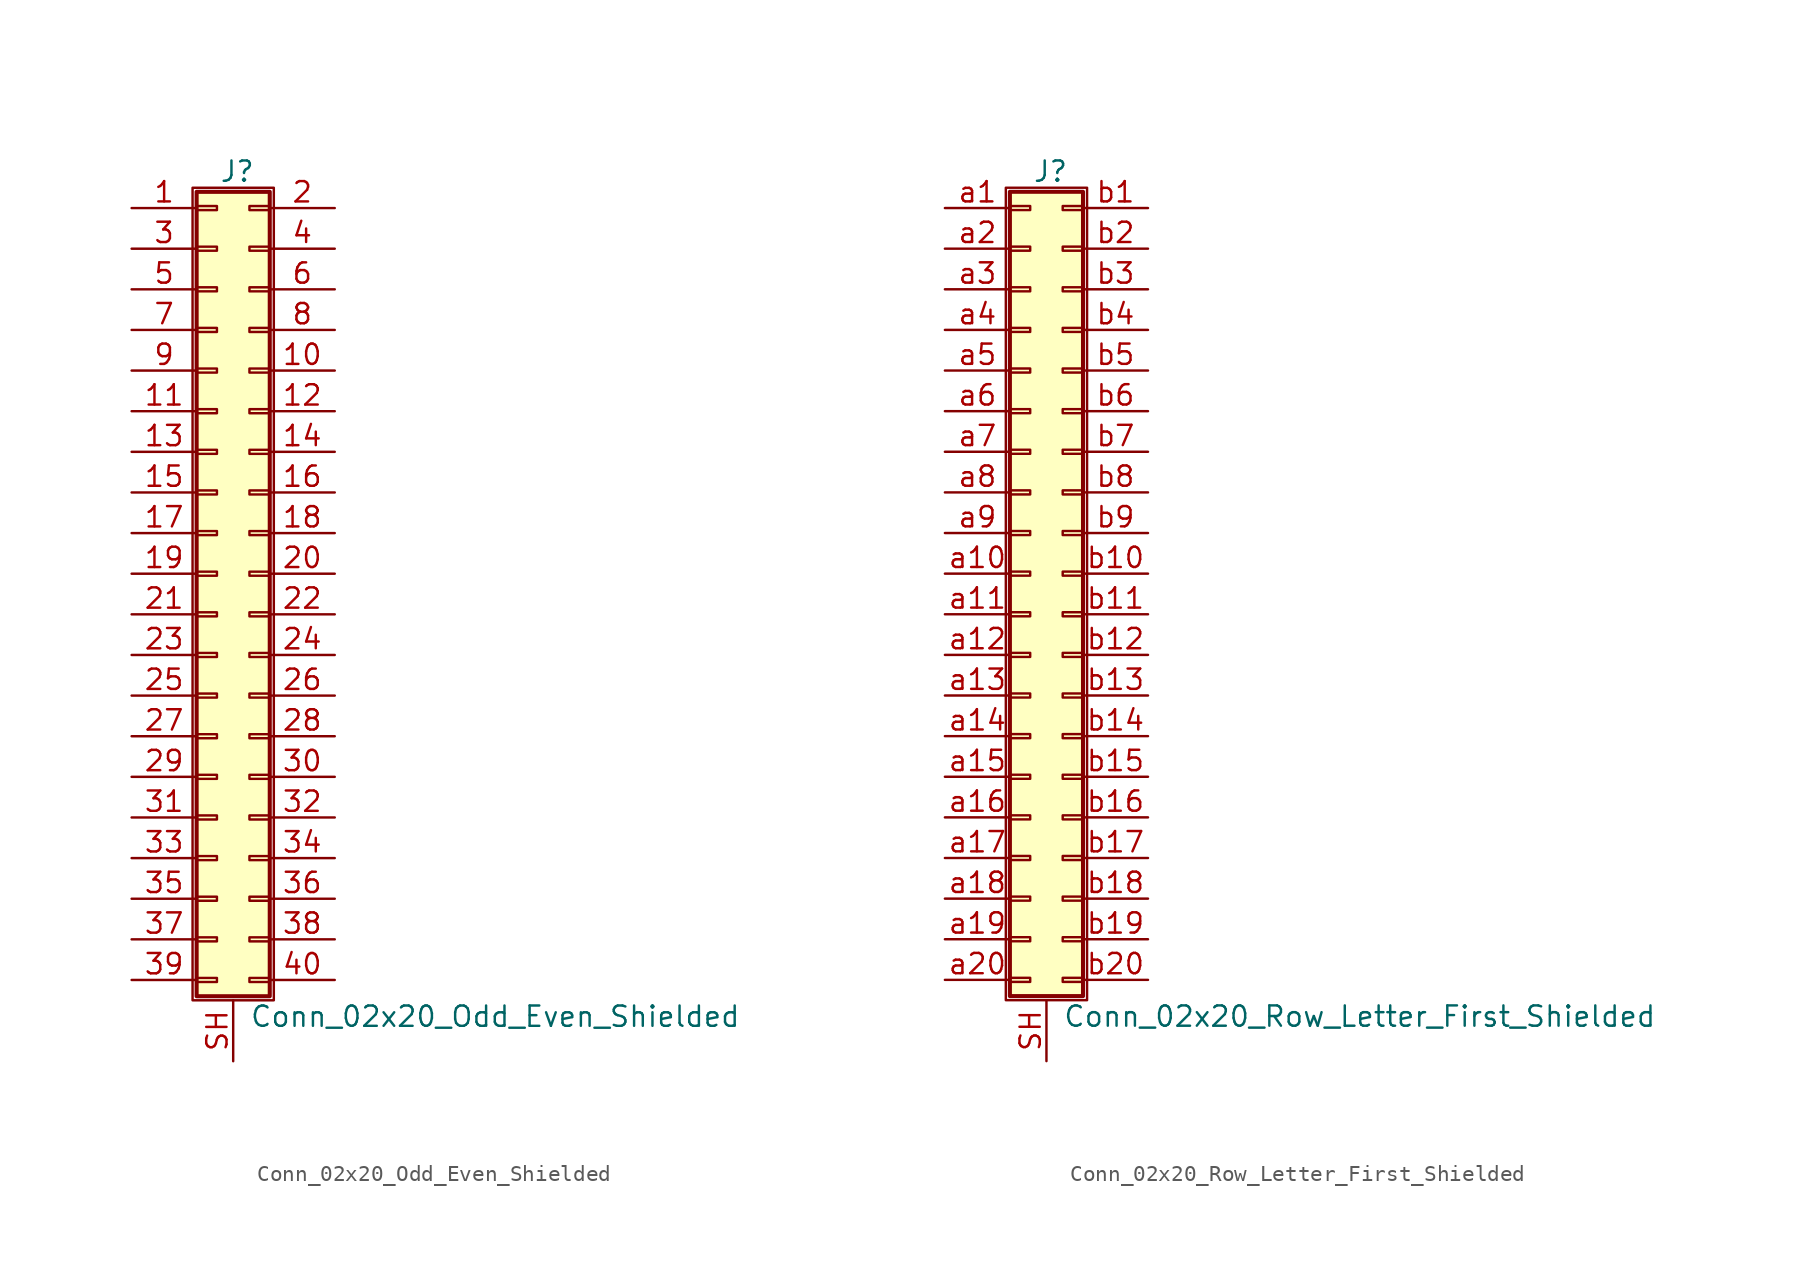
<source format=kicad_sym>
(kicad_symbol_lib
  (version 20201005)
  (generator kicad_symbol_editor)
  (symbol "Conn_02x20_Odd_Even_Shielded"
    (pin_names
      (offset 1.016) hide)
    (property "Reference" "J"
      (at 1.524 25.146 0)
      (effects (font (size 1.27 1.27))))
    (property "Value" "Conn_02x20_Odd_Even_Shielded"
      (at 2.286 -27.686 0)
      (effects (font (size 1.27 1.27)) (justify left)))
    (symbol "Conn_02x20_Odd_Even_Shielded_1_1"
      (rectangle (start -1.27 24.13) (end 3.81 -26.67) (stroke (width 0.152)) (fill (type none)))
      (rectangle (start -1.016 -25.273) (end 0.254 -25.527) (stroke (width 0.152)) (fill (type none)))
      (rectangle (start -1.016 -22.733) (end 0.254 -22.987) (stroke (width 0.152)) (fill (type none)))
      (rectangle (start -1.016 -20.193) (end 0.254 -20.447) (stroke (width 0.152)) (fill (type none)))
      (rectangle (start -1.016 -17.653) (end 0.254 -17.907) (stroke (width 0.152)) (fill (type none)))
      (rectangle (start -1.016 -15.113) (end 0.254 -15.367) (stroke (width 0.152)) (fill (type none)))
      (rectangle (start -1.016 -12.573) (end 0.254 -12.827) (stroke (width 0.152)) (fill (type none)))
      (rectangle (start -1.016 -10.033) (end 0.254 -10.287) (stroke (width 0.152)) (fill (type none)))
      (rectangle (start -1.016 -7.493) (end 0.254 -7.747) (stroke (width 0.152)) (fill (type none)))
      (rectangle (start -1.016 -4.953) (end 0.254 -5.207) (stroke (width 0.152)) (fill (type none)))
      (rectangle (start -1.016 -2.413) (end 0.254 -2.667) (stroke (width 0.152)) (fill (type none)))
      (rectangle (start -1.016 0.127) (end 0.254 -0.127) (stroke (width 0.152)) (fill (type none)))
      (rectangle (start -1.016 2.667) (end 0.254 2.413) (stroke (width 0.152)) (fill (type none)))
      (rectangle (start -1.016 5.207) (end 0.254 4.953) (stroke (width 0.152)) (fill (type none)))
      (rectangle (start -1.016 7.747) (end 0.254 7.493) (stroke (width 0.152)) (fill (type none)))
      (rectangle (start -1.016 10.287) (end 0.254 10.033) (stroke (width 0.152)) (fill (type none)))
      (rectangle (start -1.016 12.827) (end 0.254 12.573) (stroke (width 0.152)) (fill (type none)))
      (rectangle (start -1.016 15.367) (end 0.254 15.113) (stroke (width 0.152)) (fill (type none)))
      (rectangle (start -1.016 17.907) (end 0.254 17.653) (stroke (width 0.152)) (fill (type none)))
      (rectangle (start -1.016 20.447) (end 0.254 20.193) (stroke (width 0.152)) (fill (type none)))
      (rectangle (start -1.016 22.987) (end 0.254 22.733) (stroke (width 0.152)) (fill (type none)))
      (rectangle (start -1.016 23.876) (end 3.556 -26.416) (stroke (width 0.254)) (fill (type background)))
      (rectangle (start 3.556 -25.273) (end 2.286 -25.527) (stroke (width 0.152)) (fill (type none)))
      (rectangle (start 3.556 -22.733) (end 2.286 -22.987) (stroke (width 0.152)) (fill (type none)))
      (rectangle (start 3.556 -20.193) (end 2.286 -20.447) (stroke (width 0.152)) (fill (type none)))
      (rectangle (start 3.556 -17.653) (end 2.286 -17.907) (stroke (width 0.152)) (fill (type none)))
      (rectangle (start 3.556 -15.113) (end 2.286 -15.367) (stroke (width 0.152)) (fill (type none)))
      (rectangle (start 3.556 -12.573) (end 2.286 -12.827) (stroke (width 0.152)) (fill (type none)))
      (rectangle (start 3.556 -10.033) (end 2.286 -10.287) (stroke (width 0.152)) (fill (type none)))
      (rectangle (start 3.556 -7.493) (end 2.286 -7.747) (stroke (width 0.152)) (fill (type none)))
      (rectangle (start 3.556 -4.953) (end 2.286 -5.207) (stroke (width 0.152)) (fill (type none)))
      (rectangle (start 3.556 -2.413) (end 2.286 -2.667) (stroke (width 0.152)) (fill (type none)))
      (rectangle (start 3.556 0.127) (end 2.286 -0.127) (stroke (width 0.152)) (fill (type none)))
      (rectangle (start 3.556 2.667) (end 2.286 2.413) (stroke (width 0.152)) (fill (type none)))
      (rectangle (start 3.556 5.207) (end 2.286 4.953) (stroke (width 0.152)) (fill (type none)))
      (rectangle (start 3.556 7.747) (end 2.286 7.493) (stroke (width 0.152)) (fill (type none)))
      (rectangle (start 3.556 10.287) (end 2.286 10.033) (stroke (width 0.152)) (fill (type none)))
      (rectangle (start 3.556 12.827) (end 2.286 12.573) (stroke (width 0.152)) (fill (type none)))
      (rectangle (start 3.556 15.367) (end 2.286 15.113) (stroke (width 0.152)) (fill (type none)))
      (rectangle (start 3.556 17.907) (end 2.286 17.653) (stroke (width 0.152)) (fill (type none)))
      (rectangle (start 3.556 20.447) (end 2.286 20.193) (stroke (width 0.152)) (fill (type none)))
      (rectangle (start 3.556 22.987) (end 2.286 22.733) (stroke (width 0.152)) (fill (type none)))
      (pin passive line (at -5.08 22.86 0) (length 4.064) (name "Pin_1" (effects (font (size 1.27 1.27)))) (number "1" (effects (font (size 1.27 1.27)))))
      (pin passive line (at 7.62 12.7 180) (length 4.064) (name "Pin_10" (effects (font (size 1.27 1.27)))) (number "10" (effects (font (size 1.27 1.27)))))
      (pin passive line (at -5.08 10.16 0) (length 4.064) (name "Pin_11" (effects (font (size 1.27 1.27)))) (number "11" (effects (font (size 1.27 1.27)))))
      (pin passive line (at 7.62 10.16 180) (length 4.064) (name "Pin_12" (effects (font (size 1.27 1.27)))) (number "12" (effects (font (size 1.27 1.27)))))
      (pin passive line (at -5.08 7.62 0) (length 4.064) (name "Pin_13" (effects (font (size 1.27 1.27)))) (number "13" (effects (font (size 1.27 1.27)))))
      (pin passive line (at 7.62 7.62 180) (length 4.064) (name "Pin_14" (effects (font (size 1.27 1.27)))) (number "14" (effects (font (size 1.27 1.27)))))
      (pin passive line (at -5.08 5.08 0) (length 4.064) (name "Pin_15" (effects (font (size 1.27 1.27)))) (number "15" (effects (font (size 1.27 1.27)))))
      (pin passive line (at 7.62 5.08 180) (length 4.064) (name "Pin_16" (effects (font (size 1.27 1.27)))) (number "16" (effects (font (size 1.27 1.27)))))
      (pin passive line (at -5.08 2.54 0) (length 4.064) (name "Pin_17" (effects (font (size 1.27 1.27)))) (number "17" (effects (font (size 1.27 1.27)))))
      (pin passive line (at 7.62 2.54 180) (length 4.064) (name "Pin_18" (effects (font (size 1.27 1.27)))) (number "18" (effects (font (size 1.27 1.27)))))
      (pin passive line (at -5.08 0 0) (length 4.064) (name "Pin_19" (effects (font (size 1.27 1.27)))) (number "19" (effects (font (size 1.27 1.27)))))
      (pin passive line (at 7.62 22.86 180) (length 4.064) (name "Pin_2" (effects (font (size 1.27 1.27)))) (number "2" (effects (font (size 1.27 1.27)))))
      (pin passive line (at 7.62 0 180) (length 4.064) (name "Pin_20" (effects (font (size 1.27 1.27)))) (number "20" (effects (font (size 1.27 1.27)))))
      (pin passive line (at -5.08 -2.54 0) (length 4.064) (name "Pin_21" (effects (font (size 1.27 1.27)))) (number "21" (effects (font (size 1.27 1.27)))))
      (pin passive line (at 7.62 -2.54 180) (length 4.064) (name "Pin_22" (effects (font (size 1.27 1.27)))) (number "22" (effects (font (size 1.27 1.27)))))
      (pin passive line (at -5.08 -5.08 0) (length 4.064) (name "Pin_23" (effects (font (size 1.27 1.27)))) (number "23" (effects (font (size 1.27 1.27)))))
      (pin passive line (at 7.62 -5.08 180) (length 4.064) (name "Pin_24" (effects (font (size 1.27 1.27)))) (number "24" (effects (font (size 1.27 1.27)))))
      (pin passive line (at -5.08 -7.62 0) (length 4.064) (name "Pin_25" (effects (font (size 1.27 1.27)))) (number "25" (effects (font (size 1.27 1.27)))))
      (pin passive line (at 7.62 -7.62 180) (length 4.064) (name "Pin_26" (effects (font (size 1.27 1.27)))) (number "26" (effects (font (size 1.27 1.27)))))
      (pin passive line (at -5.08 -10.16 0) (length 4.064) (name "Pin_27" (effects (font (size 1.27 1.27)))) (number "27" (effects (font (size 1.27 1.27)))))
      (pin passive line (at 7.62 -10.16 180) (length 4.064) (name "Pin_28" (effects (font (size 1.27 1.27)))) (number "28" (effects (font (size 1.27 1.27)))))
      (pin passive line (at -5.08 -12.7 0) (length 4.064) (name "Pin_29" (effects (font (size 1.27 1.27)))) (number "29" (effects (font (size 1.27 1.27)))))
      (pin passive line (at -5.08 20.32 0) (length 4.064) (name "Pin_3" (effects (font (size 1.27 1.27)))) (number "3" (effects (font (size 1.27 1.27)))))
      (pin passive line (at 7.62 -12.7 180) (length 4.064) (name "Pin_30" (effects (font (size 1.27 1.27)))) (number "30" (effects (font (size 1.27 1.27)))))
      (pin passive line (at -5.08 -15.24 0) (length 4.064) (name "Pin_31" (effects (font (size 1.27 1.27)))) (number "31" (effects (font (size 1.27 1.27)))))
      (pin passive line (at 7.62 -15.24 180) (length 4.064) (name "Pin_32" (effects (font (size 1.27 1.27)))) (number "32" (effects (font (size 1.27 1.27)))))
      (pin passive line (at -5.08 -17.78 0) (length 4.064) (name "Pin_33" (effects (font (size 1.27 1.27)))) (number "33" (effects (font (size 1.27 1.27)))))
      (pin passive line (at 7.62 -17.78 180) (length 4.064) (name "Pin_34" (effects (font (size 1.27 1.27)))) (number "34" (effects (font (size 1.27 1.27)))))
      (pin passive line (at -5.08 -20.32 0) (length 4.064) (name "Pin_35" (effects (font (size 1.27 1.27)))) (number "35" (effects (font (size 1.27 1.27)))))
      (pin passive line (at 7.62 -20.32 180) (length 4.064) (name "Pin_36" (effects (font (size 1.27 1.27)))) (number "36" (effects (font (size 1.27 1.27)))))
      (pin passive line (at -5.08 -22.86 0) (length 4.064) (name "Pin_37" (effects (font (size 1.27 1.27)))) (number "37" (effects (font (size 1.27 1.27)))))
      (pin passive line (at 7.62 -22.86 180) (length 4.064) (name "Pin_38" (effects (font (size 1.27 1.27)))) (number "38" (effects (font (size 1.27 1.27)))))
      (pin passive line (at -5.08 -25.4 0) (length 4.064) (name "Pin_39" (effects (font (size 1.27 1.27)))) (number "39" (effects (font (size 1.27 1.27)))))
      (pin passive line (at 7.62 20.32 180) (length 4.064) (name "Pin_4" (effects (font (size 1.27 1.27)))) (number "4" (effects (font (size 1.27 1.27)))))
      (pin passive line (at 7.62 -25.4 180) (length 4.064) (name "Pin_40" (effects (font (size 1.27 1.27)))) (number "40" (effects (font (size 1.27 1.27)))))
      (pin passive line (at -5.08 17.78 0) (length 4.064) (name "Pin_5" (effects (font (size 1.27 1.27)))) (number "5" (effects (font (size 1.27 1.27)))))
      (pin passive line (at 7.62 17.78 180) (length 4.064) (name "Pin_6" (effects (font (size 1.27 1.27)))) (number "6" (effects (font (size 1.27 1.27)))))
      (pin passive line (at -5.08 15.24 0) (length 4.064) (name "Pin_7" (effects (font (size 1.27 1.27)))) (number "7" (effects (font (size 1.27 1.27)))))
      (pin passive line (at 7.62 15.24 180) (length 4.064) (name "Pin_8" (effects (font (size 1.27 1.27)))) (number "8" (effects (font (size 1.27 1.27)))))
      (pin passive line (at -5.08 12.7 0) (length 4.064) (name "Pin_9" (effects (font (size 1.27 1.27)))) (number "9" (effects (font (size 1.27 1.27)))))
      (pin passive line (at 1.27 -30.48 90) (length 3.81) (name "Shield" (effects (font (size 1.27 1.27)))) (number "SH" (effects (font (size 1.27 1.27)))))))
  (symbol "Conn_02x20_Row_Letter_First_Shielded"
    (pin_names
      (offset 1.016) hide)
    (property "Reference" "J"
      (at 1.524 25.146 0)
      (effects (font (size 1.27 1.27))))
    (property "Value" "Conn_02x20_Row_Letter_First_Shielded"
      (at 2.286 -27.686 0)
      (effects (font (size 1.27 1.27)) (justify left)))
    (symbol "Conn_02x20_Row_Letter_First_Shielded_1_1"
      (rectangle (start -1.27 24.13) (end 3.81 -26.67) (stroke (width 0.152)) (fill (type none)))
      (rectangle (start -1.016 -25.273) (end 0.254 -25.527) (stroke (width 0.152)) (fill (type none)))
      (rectangle (start -1.016 -22.733) (end 0.254 -22.987) (stroke (width 0.152)) (fill (type none)))
      (rectangle (start -1.016 -20.193) (end 0.254 -20.447) (stroke (width 0.152)) (fill (type none)))
      (rectangle (start -1.016 -17.653) (end 0.254 -17.907) (stroke (width 0.152)) (fill (type none)))
      (rectangle (start -1.016 -15.113) (end 0.254 -15.367) (stroke (width 0.152)) (fill (type none)))
      (rectangle (start -1.016 -12.573) (end 0.254 -12.827) (stroke (width 0.152)) (fill (type none)))
      (rectangle (start -1.016 -10.033) (end 0.254 -10.287) (stroke (width 0.152)) (fill (type none)))
      (rectangle (start -1.016 -7.493) (end 0.254 -7.747) (stroke (width 0.152)) (fill (type none)))
      (rectangle (start -1.016 -4.953) (end 0.254 -5.207) (stroke (width 0.152)) (fill (type none)))
      (rectangle (start -1.016 -2.413) (end 0.254 -2.667) (stroke (width 0.152)) (fill (type none)))
      (rectangle (start -1.016 0.127) (end 0.254 -0.127) (stroke (width 0.152)) (fill (type none)))
      (rectangle (start -1.016 2.667) (end 0.254 2.413) (stroke (width 0.152)) (fill (type none)))
      (rectangle (start -1.016 5.207) (end 0.254 4.953) (stroke (width 0.152)) (fill (type none)))
      (rectangle (start -1.016 7.747) (end 0.254 7.493) (stroke (width 0.152)) (fill (type none)))
      (rectangle (start -1.016 10.287) (end 0.254 10.033) (stroke (width 0.152)) (fill (type none)))
      (rectangle (start -1.016 12.827) (end 0.254 12.573) (stroke (width 0.152)) (fill (type none)))
      (rectangle (start -1.016 15.367) (end 0.254 15.113) (stroke (width 0.152)) (fill (type none)))
      (rectangle (start -1.016 17.907) (end 0.254 17.653) (stroke (width 0.152)) (fill (type none)))
      (rectangle (start -1.016 20.447) (end 0.254 20.193) (stroke (width 0.152)) (fill (type none)))
      (rectangle (start -1.016 22.987) (end 0.254 22.733) (stroke (width 0.152)) (fill (type none)))
      (rectangle (start -1.016 23.876) (end 3.556 -26.416) (stroke (width 0.254)) (fill (type background)))
      (rectangle (start 3.556 -25.273) (end 2.286 -25.527) (stroke (width 0.152)) (fill (type none)))
      (rectangle (start 3.556 -22.733) (end 2.286 -22.987) (stroke (width 0.152)) (fill (type none)))
      (rectangle (start 3.556 -20.193) (end 2.286 -20.447) (stroke (width 0.152)) (fill (type none)))
      (rectangle (start 3.556 -17.653) (end 2.286 -17.907) (stroke (width 0.152)) (fill (type none)))
      (rectangle (start 3.556 -15.113) (end 2.286 -15.367) (stroke (width 0.152)) (fill (type none)))
      (rectangle (start 3.556 -12.573) (end 2.286 -12.827) (stroke (width 0.152)) (fill (type none)))
      (rectangle (start 3.556 -10.033) (end 2.286 -10.287) (stroke (width 0.152)) (fill (type none)))
      (rectangle (start 3.556 -7.493) (end 2.286 -7.747) (stroke (width 0.152)) (fill (type none)))
      (rectangle (start 3.556 -4.953) (end 2.286 -5.207) (stroke (width 0.152)) (fill (type none)))
      (rectangle (start 3.556 -2.413) (end 2.286 -2.667) (stroke (width 0.152)) (fill (type none)))
      (rectangle (start 3.556 0.127) (end 2.286 -0.127) (stroke (width 0.152)) (fill (type none)))
      (rectangle (start 3.556 2.667) (end 2.286 2.413) (stroke (width 0.152)) (fill (type none)))
      (rectangle (start 3.556 5.207) (end 2.286 4.953) (stroke (width 0.152)) (fill (type none)))
      (rectangle (start 3.556 7.747) (end 2.286 7.493) (stroke (width 0.152)) (fill (type none)))
      (rectangle (start 3.556 10.287) (end 2.286 10.033) (stroke (width 0.152)) (fill (type none)))
      (rectangle (start 3.556 12.827) (end 2.286 12.573) (stroke (width 0.152)) (fill (type none)))
      (rectangle (start 3.556 15.367) (end 2.286 15.113) (stroke (width 0.152)) (fill (type none)))
      (rectangle (start 3.556 17.907) (end 2.286 17.653) (stroke (width 0.152)) (fill (type none)))
      (rectangle (start 3.556 20.447) (end 2.286 20.193) (stroke (width 0.152)) (fill (type none)))
      (rectangle (start 3.556 22.987) (end 2.286 22.733) (stroke (width 0.152)) (fill (type none)))
      (pin passive line (at 1.27 -30.48 90) (length 3.81) (name "Shield" (effects (font (size 1.27 1.27)))) (number "SH" (effects (font (size 1.27 1.27)))))
      (pin passive line (at -5.08 22.86 0) (length 4.064) (name "Pin_a1" (effects (font (size 1.27 1.27)))) (number "a1" (effects (font (size 1.27 1.27)))))
      (pin passive line (at -5.08 0 0) (length 4.064) (name "Pin_a10" (effects (font (size 1.27 1.27)))) (number "a10" (effects (font (size 1.27 1.27)))))
      (pin passive line (at -5.08 -2.54 0) (length 4.064) (name "Pin_a11" (effects (font (size 1.27 1.27)))) (number "a11" (effects (font (size 1.27 1.27)))))
      (pin passive line (at -5.08 -5.08 0) (length 4.064) (name "Pin_a12" (effects (font (size 1.27 1.27)))) (number "a12" (effects (font (size 1.27 1.27)))))
      (pin passive line (at -5.08 -7.62 0) (length 4.064) (name "Pin_a13" (effects (font (size 1.27 1.27)))) (number "a13" (effects (font (size 1.27 1.27)))))
      (pin passive line (at -5.08 -10.16 0) (length 4.064) (name "Pin_a14" (effects (font (size 1.27 1.27)))) (number "a14" (effects (font (size 1.27 1.27)))))
      (pin passive line (at -5.08 -12.7 0) (length 4.064) (name "Pin_a15" (effects (font (size 1.27 1.27)))) (number "a15" (effects (font (size 1.27 1.27)))))
      (pin passive line (at -5.08 -15.24 0) (length 4.064) (name "Pin_a16" (effects (font (size 1.27 1.27)))) (number "a16" (effects (font (size 1.27 1.27)))))
      (pin passive line (at -5.08 -17.78 0) (length 4.064) (name "Pin_a17" (effects (font (size 1.27 1.27)))) (number "a17" (effects (font (size 1.27 1.27)))))
      (pin passive line (at -5.08 -20.32 0) (length 4.064) (name "Pin_a18" (effects (font (size 1.27 1.27)))) (number "a18" (effects (font (size 1.27 1.27)))))
      (pin passive line (at -5.08 -22.86 0) (length 4.064) (name "Pin_a19" (effects (font (size 1.27 1.27)))) (number "a19" (effects (font (size 1.27 1.27)))))
      (pin passive line (at -5.08 20.32 0) (length 4.064) (name "Pin_a2" (effects (font (size 1.27 1.27)))) (number "a2" (effects (font (size 1.27 1.27)))))
      (pin passive line (at -5.08 -25.4 0) (length 4.064) (name "Pin_a20" (effects (font (size 1.27 1.27)))) (number "a20" (effects (font (size 1.27 1.27)))))
      (pin passive line (at -5.08 17.78 0) (length 4.064) (name "Pin_a3" (effects (font (size 1.27 1.27)))) (number "a3" (effects (font (size 1.27 1.27)))))
      (pin passive line (at -5.08 15.24 0) (length 4.064) (name "Pin_a4" (effects (font (size 1.27 1.27)))) (number "a4" (effects (font (size 1.27 1.27)))))
      (pin passive line (at -5.08 12.7 0) (length 4.064) (name "Pin_a5" (effects (font (size 1.27 1.27)))) (number "a5" (effects (font (size 1.27 1.27)))))
      (pin passive line (at -5.08 10.16 0) (length 4.064) (name "Pin_a6" (effects (font (size 1.27 1.27)))) (number "a6" (effects (font (size 1.27 1.27)))))
      (pin passive line (at -5.08 7.62 0) (length 4.064) (name "Pin_a7" (effects (font (size 1.27 1.27)))) (number "a7" (effects (font (size 1.27 1.27)))))
      (pin passive line (at -5.08 5.08 0) (length 4.064) (name "Pin_a8" (effects (font (size 1.27 1.27)))) (number "a8" (effects (font (size 1.27 1.27)))))
      (pin passive line (at -5.08 2.54 0) (length 4.064) (name "Pin_a9" (effects (font (size 1.27 1.27)))) (number "a9" (effects (font (size 1.27 1.27)))))
      (pin passive line (at 7.62 22.86 180) (length 4.064) (name "Pin_b1" (effects (font (size 1.27 1.27)))) (number "b1" (effects (font (size 1.27 1.27)))))
      (pin passive line (at 7.62 0 180) (length 4.064) (name "Pin_b10" (effects (font (size 1.27 1.27)))) (number "b10" (effects (font (size 1.27 1.27)))))
      (pin passive line (at 7.62 -2.54 180) (length 4.064) (name "Pin_b11" (effects (font (size 1.27 1.27)))) (number "b11" (effects (font (size 1.27 1.27)))))
      (pin passive line (at 7.62 -5.08 180) (length 4.064) (name "Pin_b12" (effects (font (size 1.27 1.27)))) (number "b12" (effects (font (size 1.27 1.27)))))
      (pin passive line (at 7.62 -7.62 180) (length 4.064) (name "Pin_b13" (effects (font (size 1.27 1.27)))) (number "b13" (effects (font (size 1.27 1.27)))))
      (pin passive line (at 7.62 -10.16 180) (length 4.064) (name "Pin_b14" (effects (font (size 1.27 1.27)))) (number "b14" (effects (font (size 1.27 1.27)))))
      (pin passive line (at 7.62 -12.7 180) (length 4.064) (name "Pin_b15" (effects (font (size 1.27 1.27)))) (number "b15" (effects (font (size 1.27 1.27)))))
      (pin passive line (at 7.62 -15.24 180) (length 4.064) (name "Pin_b16" (effects (font (size 1.27 1.27)))) (number "b16" (effects (font (size 1.27 1.27)))))
      (pin passive line (at 7.62 -17.78 180) (length 4.064) (name "Pin_b17" (effects (font (size 1.27 1.27)))) (number "b17" (effects (font (size 1.27 1.27)))))
      (pin passive line (at 7.62 -20.32 180) (length 4.064) (name "Pin_b18" (effects (font (size 1.27 1.27)))) (number "b18" (effects (font (size 1.27 1.27)))))
      (pin passive line (at 7.62 -22.86 180) (length 4.064) (name "Pin_b19" (effects (font (size 1.27 1.27)))) (number "b19" (effects (font (size 1.27 1.27)))))
      (pin passive line (at 7.62 20.32 180) (length 4.064) (name "Pin_b2" (effects (font (size 1.27 1.27)))) (number "b2" (effects (font (size 1.27 1.27)))))
      (pin passive line (at 7.62 -25.4 180) (length 4.064) (name "Pin_b20" (effects (font (size 1.27 1.27)))) (number "b20" (effects (font (size 1.27 1.27)))))
      (pin passive line (at 7.62 17.78 180) (length 4.064) (name "Pin_b3" (effects (font (size 1.27 1.27)))) (number "b3" (effects (font (size 1.27 1.27)))))
      (pin passive line (at 7.62 15.24 180) (length 4.064) (name "Pin_b4" (effects (font (size 1.27 1.27)))) (number "b4" (effects (font (size 1.27 1.27)))))
      (pin passive line (at 7.62 12.7 180) (length 4.064) (name "Pin_b5" (effects (font (size 1.27 1.27)))) (number "b5" (effects (font (size 1.27 1.27)))))
      (pin passive line (at 7.62 10.16 180) (length 4.064) (name "Pin_b6" (effects (font (size 1.27 1.27)))) (number "b6" (effects (font (size 1.27 1.27)))))
      (pin passive line (at 7.62 7.62 180) (length 4.064) (name "Pin_b7" (effects (font (size 1.27 1.27)))) (number "b7" (effects (font (size 1.27 1.27)))))
      (pin passive line (at 7.62 5.08 180) (length 4.064) (name "Pin_b8" (effects (font (size 1.27 1.27)))) (number "b8" (effects (font (size 1.27 1.27)))))
      (pin passive line (at 7.62 2.54 180) (length 4.064) (name "Pin_b9" (effects (font (size 1.27 1.27)))) (number "b9" (effects (font (size 1.27 1.27))))))))
</source>
